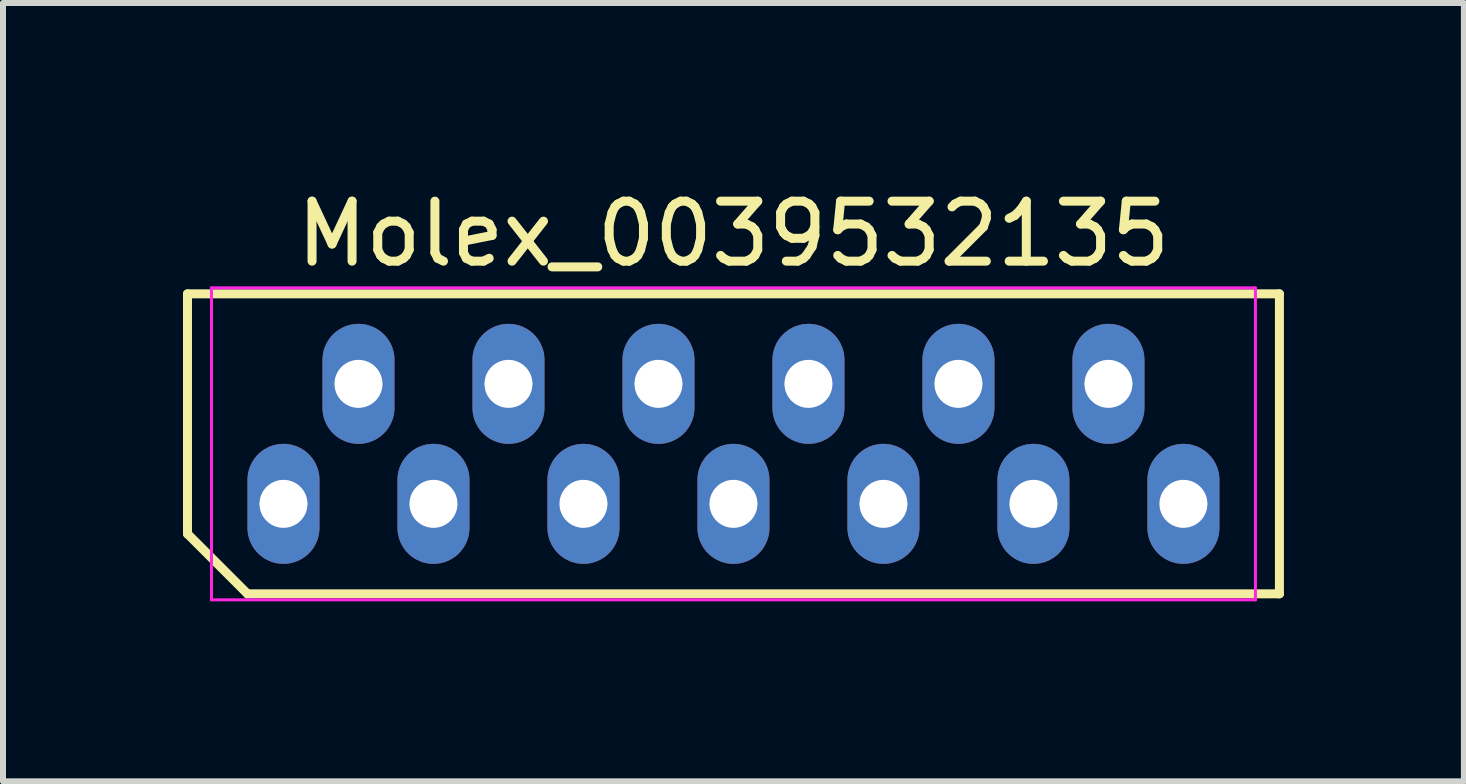
<source format=kicad_pcb>
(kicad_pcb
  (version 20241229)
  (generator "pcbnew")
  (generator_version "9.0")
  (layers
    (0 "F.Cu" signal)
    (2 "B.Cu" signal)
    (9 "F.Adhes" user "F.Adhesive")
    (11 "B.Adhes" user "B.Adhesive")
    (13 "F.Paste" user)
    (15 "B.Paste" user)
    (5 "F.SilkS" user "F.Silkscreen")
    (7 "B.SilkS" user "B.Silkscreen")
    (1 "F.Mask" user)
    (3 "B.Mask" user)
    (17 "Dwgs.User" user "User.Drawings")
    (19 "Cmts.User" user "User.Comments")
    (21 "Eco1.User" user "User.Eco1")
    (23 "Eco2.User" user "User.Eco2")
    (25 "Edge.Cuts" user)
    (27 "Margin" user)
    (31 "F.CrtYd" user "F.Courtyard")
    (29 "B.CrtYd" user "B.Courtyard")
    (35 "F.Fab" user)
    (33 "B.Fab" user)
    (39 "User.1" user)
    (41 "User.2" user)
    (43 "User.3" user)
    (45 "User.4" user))
  (footprint "Molex_0039532135"
    (layer "F.Cu")
    (at 9.175 4.348)
    (property "Reference" "Molex_0039532135" (at 0 -3.5 0) (layer "F.SilkS") (effects (font (size 1 1) (thickness 0.15))))
    (attr through_hole)
    (fp_line (start -9.1 -2.5) (end 9.1 -2.5) (stroke (width 0.15) (type solid)) (layer "F.SilkS"))
    (fp_line (start -9.1 1.5) (end -9.1 -2.5) (stroke (width 0.15) (type solid)) (layer "F.SilkS"))
    (fp_line (start -8.1 2.5) (end -9.1 1.5) (stroke (width 0.15) (type solid)) (layer "F.SilkS"))
    (fp_line (start 9.1 -2.5) (end 9.1 2.5) (stroke (width 0.15) (type solid)) (layer "F.SilkS"))
    (fp_line (start 9.1 2.5) (end -8.1 2.5) (stroke (width 0.15) (type solid)) (layer "F.SilkS"))
    (fp_line (start -8.7 -2.6) (end 8.7 -2.6) (stroke (width 0.05) (type solid)) (layer "F.CrtYd"))
    (fp_line (start -8.7 2.6) (end -8.7 -2.6) (stroke (width 0.05) (type solid)) (layer "F.CrtYd"))
    (fp_line (start 8.7 -2.6) (end 8.7 2.6) (stroke (width 0.05) (type solid)) (layer "F.CrtYd"))
    (fp_line (start 8.7 2.6) (end -8.7 2.6) (stroke (width 0.05) (type solid)) (layer "F.CrtYd"))
    (pad "1" thru_hole oval (at -7.5 1) (size 1.2 2) (drill 0.8) (layers "*.Cu" "*.Mask"))
    (pad "2" thru_hole oval (at -6.25 -1) (size 1.2 2) (drill 0.8) (layers "*.Cu" "*.Mask"))
    (pad "3" thru_hole oval (at -5 1) (size 1.2 2) (drill 0.8) (layers "*.Cu" "*.Mask"))
    (pad "4" thru_hole oval (at -3.75 -1) (size 1.2 2) (drill 0.8) (layers "*.Cu" "*.Mask"))
    (pad "5" thru_hole oval (at -2.5 1) (size 1.2 2) (drill 0.8) (layers "*.Cu" "*.Mask"))
    (pad "6" thru_hole oval (at -1.25 -1) (size 1.2 2) (drill 0.8) (layers "*.Cu" "*.Mask"))
    (pad "7" thru_hole oval (at 0 1) (size 1.2 2) (drill 0.8) (layers "*.Cu" "*.Mask"))
    (pad "8" thru_hole oval (at 1.25 -1) (size 1.2 2) (drill 0.8) (layers "*.Cu" "*.Mask"))
    (pad "9" thru_hole oval (at 2.5 1) (size 1.2 2) (drill 0.8) (layers "*.Cu" "*.Mask"))
    (pad "10" thru_hole oval (at 3.75 -1) (size 1.2 2) (drill 0.8) (layers "*.Cu" "*.Mask"))
    (pad "11" thru_hole oval (at 5 1) (size 1.2 2) (drill 0.8) (layers "*.Cu" "*.Mask"))
    (pad "12" thru_hole oval (at 6.25 -1) (size 1.2 2) (drill 0.8) (layers "*.Cu" "*.Mask"))
    (pad "13" thru_hole oval (at 7.5 1) (size 1.2 2) (drill 0.8) (layers "*.Cu" "*.Mask")))
  (gr_rect
    (start -3 -3)
    (end 21.35 9.973)
    (stroke (width 0.1) (type default))
    (fill no)
    (layer "Edge.Cuts")))
</source>
